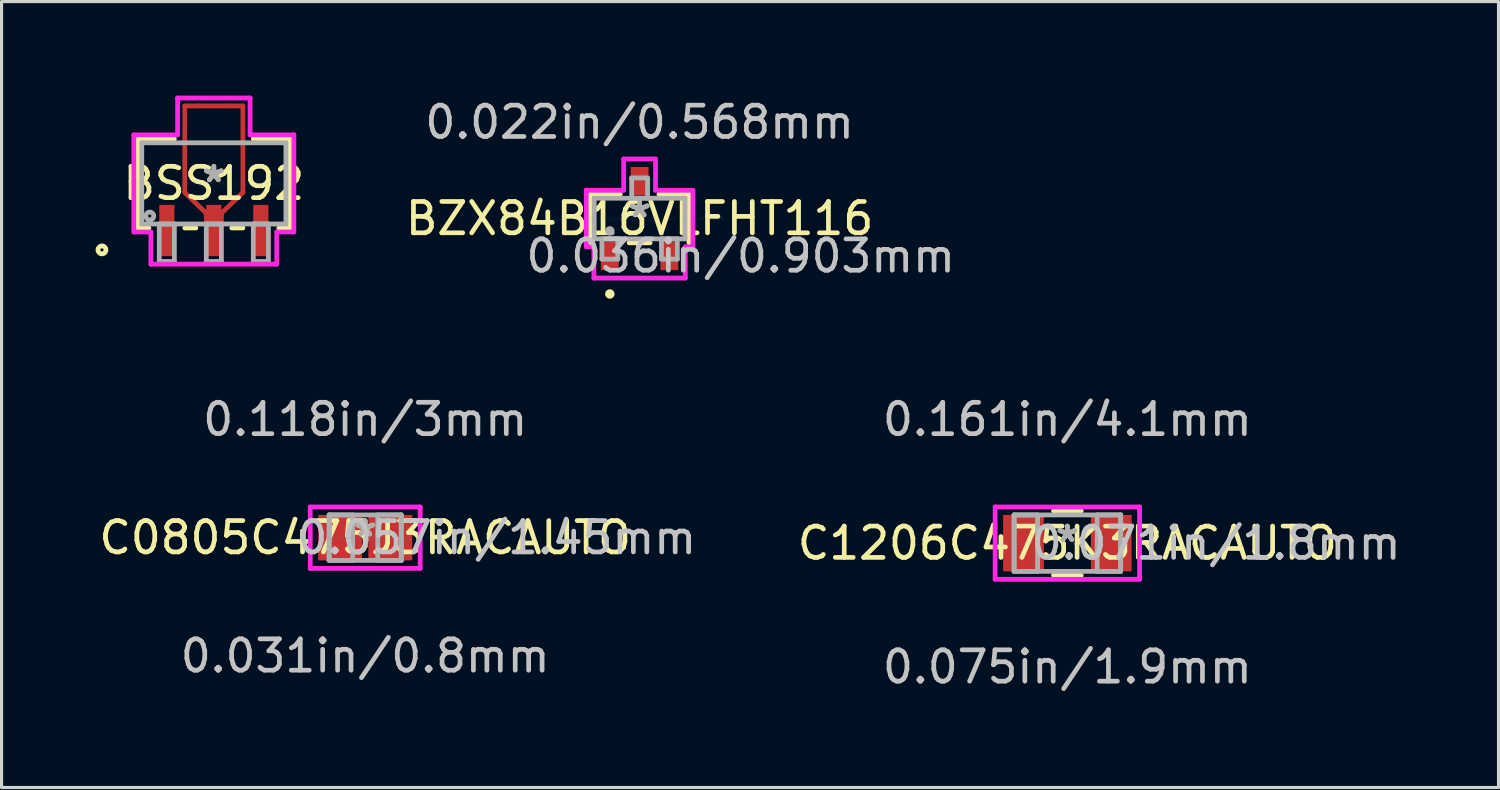
<source format=kicad_pcb>
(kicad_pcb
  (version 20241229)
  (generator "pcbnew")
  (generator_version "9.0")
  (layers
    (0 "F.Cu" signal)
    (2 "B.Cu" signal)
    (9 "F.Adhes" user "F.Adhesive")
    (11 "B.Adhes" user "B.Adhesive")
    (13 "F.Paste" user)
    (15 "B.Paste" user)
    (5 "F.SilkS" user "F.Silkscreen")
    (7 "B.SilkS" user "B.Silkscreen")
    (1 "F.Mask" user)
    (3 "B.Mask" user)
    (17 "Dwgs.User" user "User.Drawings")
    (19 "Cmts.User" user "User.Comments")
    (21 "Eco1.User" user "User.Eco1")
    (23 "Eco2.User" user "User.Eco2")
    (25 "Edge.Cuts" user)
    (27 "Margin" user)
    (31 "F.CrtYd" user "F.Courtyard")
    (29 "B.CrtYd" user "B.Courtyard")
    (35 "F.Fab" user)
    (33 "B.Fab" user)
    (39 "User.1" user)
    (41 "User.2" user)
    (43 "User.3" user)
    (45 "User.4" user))
  (footprint "C1206C475K3RACAUTO"
    (layer "F.Cu")
    (at 31.002 14.278)
    (property "Reference" "C1206C475K3RACAUTO" (at 0 0 0) (layer "F.SilkS") (effects (font (size 1 1) (thickness 0.15))))
    (attr through_hole)
    (fp_line (start -0.442 1.027) (end 0.442 1.027) (stroke (width 0.152) (type solid)) (layer "F.SilkS"))
    (fp_line (start 0.442 -1.027) (end -0.442 -1.027) (stroke (width 0.152) (type solid)) (layer "F.SilkS"))
    (fp_line (start -2.304 -1.154) (end 2.304 -1.154) (stroke (width 0.152) (type solid)) (layer "F.CrtYd"))
    (fp_line (start -2.304 1.154) (end -2.304 -1.154) (stroke (width 0.152) (type solid)) (layer "F.CrtYd"))
    (fp_line (start 2.304 -1.154) (end 2.304 1.154) (stroke (width 0.152) (type solid)) (layer "F.CrtYd"))
    (fp_line (start 2.304 1.154) (end -2.304 1.154) (stroke (width 0.152) (type solid)) (layer "F.CrtYd"))
    (fp_line (start -1.7 -0.9) (end -1.7 0.9) (stroke (width 0.152) (type solid)) (layer "F.Fab"))
    (fp_line (start -1.7 -0.9) (end -1.7 0.9) (stroke (width 0.152) (type solid)) (layer "F.Fab"))
    (fp_line (start -1.7 0.9) (end -0.95 0.9) (stroke (width 0.152) (type solid)) (layer "F.Fab"))
    (fp_line (start -1.7 0.9) (end 1.7 0.9) (stroke (width 0.152) (type solid)) (layer "F.Fab"))
    (fp_line (start -0.95 -0.9) (end -1.7 -0.9) (stroke (width 0.152) (type solid)) (layer "F.Fab"))
    (fp_line (start -0.95 0.9) (end -0.95 -0.9) (stroke (width 0.152) (type solid)) (layer "F.Fab"))
    (fp_line (start 0.95 -0.9) (end 0.95 0.9) (stroke (width 0.152) (type solid)) (layer "F.Fab"))
    (fp_line (start 0.95 0.9) (end 1.7 0.9) (stroke (width 0.152) (type solid)) (layer "F.Fab"))
    (fp_line (start 1.7 -0.9) (end -1.7 -0.9) (stroke (width 0.152) (type solid)) (layer "F.Fab"))
    (fp_line (start 1.7 -0.9) (end 0.95 -0.9) (stroke (width 0.152) (type solid)) (layer "F.Fab"))
    (fp_line (start 1.7 0.9) (end 1.7 -0.9) (stroke (width 0.152) (type solid)) (layer "F.Fab"))
    (fp_line (start 1.7 0.9) (end 1.7 -0.9) (stroke (width 0.152) (type solid)) (layer "F.Fab"))
    (fp_text user "*" (at 0 0 0) (layer "F.SilkS") (effects (font (size 1 1) (thickness 0.15))))
    (fp_text user "0.071in/1.8mm" (at 4.748 0 0) (layer "Dwgs.User") (effects (font (size 1 1) (thickness 0.15))))
    (fp_text user "0.075in/1.9mm" (at 0 3.948 0) (layer "Dwgs.User") (effects (font (size 1 1) (thickness 0.15))))
    (fp_text user "0.161in/4.1mm" (at 0 -3.948 0) (layer "Dwgs.User") (effects (font (size 1 1) (thickness 0.15))))
    (fp_text user "Copyright 2016 Accelerated Designs. All rights reserved." (at 0 0 0) (layer "Cmts.User") (effects (font (size 0.127 0.127) (thickness 0.002))))
    (fp_text user "*" (at 0 0 0) (layer "F.Fab") (effects (font (size 1 1) (thickness 0.15))))
    (pad "1" smd rect (at -1.4 0) (size 1.3 1.8) (layers "F.Cu" "F.Mask" "F.Paste"))
    (pad "2" smd rect (at 1.4 0) (size 1.3 1.8) (layers "F.Cu" "F.Mask" "F.Paste")))
  (footprint "BZX84B16VLFHT116"
    (layer "F.Cu")
    (at 17.355 3.922)
    (property "Reference" "BZX84B16VLFHT116" (at 0 0 0) (layer "F.SilkS") (effects (font (size 1 1) (thickness 0.15))))
    (attr through_hole)
    (fp_line (start -1.575 -0.775) (end -1.575 0.775) (stroke (width 0.152) (type solid)) (layer "F.SilkS"))
    (fp_line (start -0.617 -0.775) (end -1.575 -0.775) (stroke (width 0.152) (type solid)) (layer "F.SilkS"))
    (fp_line (start -0.333 0.775) (end 0.333 0.775) (stroke (width 0.152) (type solid)) (layer "F.SilkS"))
    (fp_line (start 1.575 -0.775) (end 0.617 -0.775) (stroke (width 0.152) (type solid)) (layer "F.SilkS"))
    (fp_line (start 1.575 0.775) (end 1.575 -0.775) (stroke (width 0.152) (type solid)) (layer "F.SilkS"))
    (fp_circle (center -0.95 2.407) (end -0.874 2.407) (stroke (width 0.152) (type solid)) (fill no) (layer "F.SilkS"))
    (fp_line (start -1.702 -0.902) (end -0.508 -0.902) (stroke (width 0.152) (type solid)) (layer "F.CrtYd"))
    (fp_line (start -1.702 0.902) (end -1.702 -0.902) (stroke (width 0.152) (type solid)) (layer "F.CrtYd"))
    (fp_line (start -1.458 0.902) (end -1.702 0.902) (stroke (width 0.152) (type solid)) (layer "F.CrtYd"))
    (fp_line (start -1.458 1.899) (end -1.458 0.902) (stroke (width 0.152) (type solid)) (layer "F.CrtYd"))
    (fp_line (start -0.508 -1.899) (end 0.508 -1.899) (stroke (width 0.152) (type solid)) (layer "F.CrtYd"))
    (fp_line (start -0.508 -0.902) (end -0.508 -1.899) (stroke (width 0.152) (type solid)) (layer "F.CrtYd"))
    (fp_line (start 0.508 -1.899) (end 0.508 -0.902) (stroke (width 0.152) (type solid)) (layer "F.CrtYd"))
    (fp_line (start 0.508 -0.902) (end 1.702 -0.902) (stroke (width 0.152) (type solid)) (layer "F.CrtYd"))
    (fp_line (start 1.458 0.902) (end 1.458 1.899) (stroke (width 0.152) (type solid)) (layer "F.CrtYd"))
    (fp_line (start 1.458 1.899) (end -1.458 1.899) (stroke (width 0.152) (type solid)) (layer "F.CrtYd"))
    (fp_line (start 1.702 -0.902) (end 1.702 0.902) (stroke (width 0.152) (type solid)) (layer "F.CrtYd"))
    (fp_line (start 1.702 0.902) (end 1.458 0.902) (stroke (width 0.152) (type solid)) (layer "F.CrtYd"))
    (fp_line (start -1.448 -0.648) (end -1.448 0.648) (stroke (width 0.152) (type solid)) (layer "F.Fab"))
    (fp_line (start -1.448 0.648) (end 1.448 0.648) (stroke (width 0.152) (type solid)) (layer "F.Fab"))
    (fp_line (start -1.204 0.648) (end -1.204 1.295) (stroke (width 0.152) (type solid)) (layer "F.Fab"))
    (fp_line (start -1.204 1.295) (end -0.696 1.295) (stroke (width 0.152) (type solid)) (layer "F.Fab"))
    (fp_line (start -0.696 0.648) (end -1.204 0.648) (stroke (width 0.152) (type solid)) (layer "F.Fab"))
    (fp_line (start -0.696 1.295) (end -0.696 0.648) (stroke (width 0.152) (type solid)) (layer "F.Fab"))
    (fp_line (start -0.254 -1.295) (end -0.254 -0.648) (stroke (width 0.152) (type solid)) (layer "F.Fab"))
    (fp_line (start -0.254 -0.648) (end 0.254 -0.648) (stroke (width 0.152) (type solid)) (layer "F.Fab"))
    (fp_line (start 0.254 -1.295) (end -0.254 -1.295) (stroke (width 0.152) (type solid)) (layer "F.Fab"))
    (fp_line (start 0.254 -0.648) (end 0.254 -1.295) (stroke (width 0.152) (type solid)) (layer "F.Fab"))
    (fp_line (start 0.696 0.648) (end 0.696 1.295) (stroke (width 0.152) (type solid)) (layer "F.Fab"))
    (fp_line (start 0.696 1.295) (end 1.204 1.295) (stroke (width 0.152) (type solid)) (layer "F.Fab"))
    (fp_line (start 1.204 0.648) (end 0.696 0.648) (stroke (width 0.152) (type solid)) (layer "F.Fab"))
    (fp_line (start 1.204 1.295) (end 1.204 0.648) (stroke (width 0.152) (type solid)) (layer "F.Fab"))
    (fp_line (start 1.448 -0.648) (end -1.448 -0.648) (stroke (width 0.152) (type solid)) (layer "F.Fab"))
    (fp_line (start 1.448 0.648) (end 1.448 -0.648) (stroke (width 0.152) (type solid)) (layer "F.Fab"))
    (fp_circle (center -0.95 0.394) (end -0.874 0.394) (stroke (width 0.152) (type solid)) (fill no) (layer "F.Fab"))
    (fp_text user "*" (at 0 0 0) (layer "F.SilkS") (effects (font (size 1 1) (thickness 0.15))))
    (fp_text user "0.022in/0.568mm" (at 0 -3.073 0) (layer "Dwgs.User") (effects (font (size 1 1) (thickness 0.15))))
    (fp_text user "0.036in/0.903mm" (at 3.226 1.194 0) (layer "Dwgs.User") (effects (font (size 1 1) (thickness 0.15))))
    (fp_text user "Copyright 2016 Accelerated Designs. All rights reserved." (at 0 0 0) (layer "Cmts.User") (effects (font (size 0.127 0.127) (thickness 0.002))))
    (fp_text user "*" (at 0 0 0) (layer "F.Fab") (effects (font (size 1 1) (thickness 0.15))))
    (pad "1" smd rect (at -0.95 1.194) (size 0.568 0.903) (layers "F.Cu" "F.Mask" "F.Paste"))
    (pad "2" smd rect (at 0.95 1.194) (size 0.568 0.903) (layers "F.Cu" "F.Mask" "F.Paste"))
    (pad "3" smd rect (at 0 -1.194) (size 0.568 0.903) (layers "F.Cu" "F.Mask" "F.Paste")))
  (footprint "BSS192"
    (layer "F.Cu")
    (at 3.772 2.801)
    (property "Reference" "BSS192" (at 0 0 0) (layer "F.SilkS") (effects (font (size 1 1) (thickness 0.15))))
    (attr through_hole)
    (fp_line (start -0.927 -2.471) (end -0.476 -2.471) (stroke (width 0.152) (type solid)) (layer "F.Cu"))
    (fp_line (start -0.927 0.292) (end -0.927 -2.471) (stroke (width 0.152) (type solid)) (layer "F.Cu"))
    (fp_line (start -0.476 -2.471) (end 0.476 -2.471) (stroke (width 0.152) (type solid)) (layer "F.Cu"))
    (fp_line (start -0.241 0.952) (end -0.927 0.292) (stroke (width 0.152) (type solid)) (layer "F.Cu"))
    (fp_line (start -0.241 1.295) (end -0.241 0.952) (stroke (width 0.152) (type solid)) (layer "F.Cu"))
    (fp_line (start 0.241 0.952) (end 0.241 1.295) (stroke (width 0.152) (type solid)) (layer "F.Cu"))
    (fp_line (start 0.241 1.295) (end -0.241 1.295) (stroke (width 0.152) (type solid)) (layer "F.Cu"))
    (fp_line (start 0.476 -2.471) (end 0.927 -2.471) (stroke (width 0.152) (type solid)) (layer "F.Cu"))
    (fp_line (start 0.927 -2.471) (end 0.927 0.292) (stroke (width 0.152) (type solid)) (layer "F.Cu"))
    (fp_line (start 0.927 0.292) (end 0.241 0.952) (stroke (width 0.152) (type solid)) (layer "F.Cu"))
    (fp_line (start -0.927 -2.471) (end 0.927 -2.471) (stroke (width 0.152) (type solid)) (layer "F.Mask"))
    (fp_line (start -0.927 0.292) (end -0.927 -2.471) (stroke (width 0.152) (type solid)) (layer "F.Mask"))
    (fp_line (start -0.241 0.952) (end -0.927 0.292) (stroke (width 0.152) (type solid)) (layer "F.Mask"))
    (fp_line (start -0.241 1.295) (end -0.241 0.952) (stroke (width 0.152) (type solid)) (layer "F.Mask"))
    (fp_line (start 0.241 0.952) (end 0.241 1.295) (stroke (width 0.152) (type solid)) (layer "F.Mask"))
    (fp_line (start 0.241 1.295) (end -0.241 1.295) (stroke (width 0.152) (type solid)) (layer "F.Mask"))
    (fp_line (start 0.927 -2.471) (end 0.927 0.292) (stroke (width 0.152) (type solid)) (layer "F.Mask"))
    (fp_line (start 0.927 0.292) (end 0.241 0.952) (stroke (width 0.152) (type solid)) (layer "F.Mask"))
    (fp_line (start -2.426 -1.422) (end -2.426 1.422) (stroke (width 0.152) (type solid)) (layer "F.SilkS"))
    (fp_line (start -2.426 1.422) (end -2.074 1.422) (stroke (width 0.152) (type solid)) (layer "F.SilkS"))
    (fp_line (start -1.259 -1.422) (end -2.426 -1.422) (stroke (width 0.152) (type solid)) (layer "F.SilkS"))
    (fp_line (start -0.926 1.422) (end -0.574 1.422) (stroke (width 0.152) (type solid)) (layer "F.SilkS"))
    (fp_line (start 0.574 1.422) (end 0.926 1.422) (stroke (width 0.152) (type solid)) (layer "F.SilkS"))
    (fp_line (start 2.074 1.422) (end 2.426 1.422) (stroke (width 0.152) (type solid)) (layer "F.SilkS"))
    (fp_line (start 2.426 -1.422) (end 1.259 -1.422) (stroke (width 0.152) (type solid)) (layer "F.SilkS"))
    (fp_line (start 2.426 1.422) (end 2.426 -1.422) (stroke (width 0.152) (type solid)) (layer "F.SilkS"))
    (fp_circle (center -3.569 2.121) (end -3.442 2.121) (stroke (width 0.152) (type solid)) (fill no) (layer "F.SilkS"))
    (fp_line (start -0.927 -2.471) (end 0.927 -2.471) (stroke (width 0.152) (type solid)) (layer "F.Paste"))
    (fp_line (start -0.927 0.292) (end -0.927 -2.471) (stroke (width 0.152) (type solid)) (layer "F.Paste"))
    (fp_line (start -0.241 0.952) (end -0.927 0.292) (stroke (width 0.152) (type solid)) (layer "F.Paste"))
    (fp_line (start -0.241 1.295) (end -0.241 0.952) (stroke (width 0.152) (type solid)) (layer "F.Paste"))
    (fp_line (start 0.241 0.952) (end 0.241 1.295) (stroke (width 0.152) (type solid)) (layer "F.Paste"))
    (fp_line (start 0.241 1.295) (end -0.241 1.295) (stroke (width 0.152) (type solid)) (layer "F.Paste"))
    (fp_line (start 0.927 -2.471) (end 0.927 0.292) (stroke (width 0.152) (type solid)) (layer "F.Paste"))
    (fp_line (start 0.927 0.292) (end 0.241 0.952) (stroke (width 0.152) (type solid)) (layer "F.Paste"))
    (fp_line (start -2.553 -1.549) (end -1.156 -1.549) (stroke (width 0.152) (type solid)) (layer "F.CrtYd"))
    (fp_line (start -2.553 1.549) (end -2.553 -1.549) (stroke (width 0.152) (type solid)) (layer "F.CrtYd"))
    (fp_line (start -2.008 1.549) (end -2.553 1.549) (stroke (width 0.152) (type solid)) (layer "F.CrtYd"))
    (fp_line (start -2.008 2.575) (end -2.008 1.549) (stroke (width 0.152) (type solid)) (layer "F.CrtYd"))
    (fp_line (start -1.156 -2.725) (end 1.156 -2.725) (stroke (width 0.152) (type solid)) (layer "F.CrtYd"))
    (fp_line (start -1.156 -1.549) (end -1.156 -2.725) (stroke (width 0.152) (type solid)) (layer "F.CrtYd"))
    (fp_line (start 1.156 -2.725) (end 1.156 -1.549) (stroke (width 0.152) (type solid)) (layer "F.CrtYd"))
    (fp_line (start 1.156 -1.549) (end 2.553 -1.549) (stroke (width 0.152) (type solid)) (layer "F.CrtYd"))
    (fp_line (start 2.008 1.549) (end 2.008 2.575) (stroke (width 0.152) (type solid)) (layer "F.CrtYd"))
    (fp_line (start 2.008 2.575) (end -2.008 2.575) (stroke (width 0.152) (type solid)) (layer "F.CrtYd"))
    (fp_line (start 2.553 -1.549) (end 2.553 1.549) (stroke (width 0.152) (type solid)) (layer "F.CrtYd"))
    (fp_line (start 2.553 1.549) (end 2.008 1.549) (stroke (width 0.152) (type solid)) (layer "F.CrtYd"))
    (fp_line (start -2.299 -1.295) (end -2.299 1.295) (stroke (width 0.152) (type solid)) (layer "F.Fab"))
    (fp_line (start -2.299 1.295) (end 2.299 1.295) (stroke (width 0.152) (type solid)) (layer "F.Fab"))
    (fp_line (start -1.741 1.295) (end -1.741 2.489) (stroke (width 0.152) (type solid)) (layer "F.Fab"))
    (fp_line (start -1.741 2.489) (end -1.259 2.489) (stroke (width 0.152) (type solid)) (layer "F.Fab"))
    (fp_line (start -1.259 1.295) (end -1.741 1.295) (stroke (width 0.152) (type solid)) (layer "F.Fab"))
    (fp_line (start -1.259 2.489) (end -1.259 1.295) (stroke (width 0.152) (type solid)) (layer "F.Fab"))
    (fp_line (start -0.241 1.295) (end -0.241 2.489) (stroke (width 0.152) (type solid)) (layer "F.Fab"))
    (fp_line (start -0.241 2.489) (end 0.241 2.489) (stroke (width 0.152) (type solid)) (layer "F.Fab"))
    (fp_line (start 0.241 1.295) (end -0.241 1.295) (stroke (width 0.152) (type solid)) (layer "F.Fab"))
    (fp_line (start 0.241 2.489) (end 0.241 1.295) (stroke (width 0.152) (type solid)) (layer "F.Fab"))
    (fp_line (start 1.259 1.295) (end 1.259 2.489) (stroke (width 0.152) (type solid)) (layer "F.Fab"))
    (fp_line (start 1.259 2.489) (end 1.741 2.489) (stroke (width 0.152) (type solid)) (layer "F.Fab"))
    (fp_line (start 1.741 1.295) (end 1.259 1.295) (stroke (width 0.152) (type solid)) (layer "F.Fab"))
    (fp_line (start 1.741 2.489) (end 1.741 1.295) (stroke (width 0.152) (type solid)) (layer "F.Fab"))
    (fp_line (start 2.299 -1.295) (end -2.299 -1.295) (stroke (width 0.152) (type solid)) (layer "F.Fab"))
    (fp_line (start 2.299 1.295) (end 2.299 -1.295) (stroke (width 0.152) (type solid)) (layer "F.Fab"))
    (fp_circle (center -2.045 1.041) (end -1.918 1.041) (stroke (width 0.152) (type solid)) (fill no) (layer "F.Fab"))
    (fp_text user "*" (at 0 0 0) (layer "F.SilkS") (effects (font (size 1 1) (thickness 0.15))))
    (fp_text user "Copyright 2016 Accelerated Designs. All rights reserved." (at 0 0 0) (layer "Cmts.User") (effects (font (size 0.127 0.127) (thickness 0.002))))
    (fp_text user "*" (at 0 0 0) (layer "F.Fab") (effects (font (size 1 1) (thickness 0.15))))
    (pad "1" smd rect (at -1.5 1.503) (size 0.483 1.635) (layers "F.Cu" "F.Mask" "F.Paste"))
    (pad "2" smd rect (at 0 1.503) (size 0.483 1.635) (layers "F.Cu" "F.Mask" "F.Paste"))
    (pad "3" smd rect (at 1.5 1.503) (size 0.483 1.635) (layers "F.Cu" "F.Mask" "F.Paste")))
  (footprint "C0805C475J3RACAUTO"
    (layer "F.Cu")
    (at 8.601 14.103)
    (property "Reference" "C0805C475J3RACAUTO" (at 0 0 0) (layer "F.SilkS") (effects (font (size 1 1) (thickness 0.15))))
    (attr through_hole)
    (fp_line (start -1.754 -0.979) (end 1.754 -0.979) (stroke (width 0.152) (type solid)) (layer "F.CrtYd"))
    (fp_line (start -1.754 0.979) (end -1.754 -0.979) (stroke (width 0.152) (type solid)) (layer "F.CrtYd"))
    (fp_line (start 1.754 -0.979) (end 1.754 0.979) (stroke (width 0.152) (type solid)) (layer "F.CrtYd"))
    (fp_line (start 1.754 0.979) (end -1.754 0.979) (stroke (width 0.152) (type solid)) (layer "F.CrtYd"))
    (fp_line (start -1.15 -0.725) (end -1.15 0.725) (stroke (width 0.152) (type solid)) (layer "F.Fab"))
    (fp_line (start -1.15 -0.725) (end -1.15 0.725) (stroke (width 0.152) (type solid)) (layer "F.Fab"))
    (fp_line (start -1.15 0.725) (end -0.4 0.725) (stroke (width 0.152) (type solid)) (layer "F.Fab"))
    (fp_line (start -1.15 0.725) (end 1.15 0.725) (stroke (width 0.152) (type solid)) (layer "F.Fab"))
    (fp_line (start -0.4 -0.725) (end -1.15 -0.725) (stroke (width 0.152) (type solid)) (layer "F.Fab"))
    (fp_line (start -0.4 0.725) (end -0.4 -0.725) (stroke (width 0.152) (type solid)) (layer "F.Fab"))
    (fp_line (start 0.4 -0.725) (end 0.4 0.725) (stroke (width 0.152) (type solid)) (layer "F.Fab"))
    (fp_line (start 0.4 0.725) (end 1.15 0.725) (stroke (width 0.152) (type solid)) (layer "F.Fab"))
    (fp_line (start 1.15 -0.725) (end -1.15 -0.725) (stroke (width 0.152) (type solid)) (layer "F.Fab"))
    (fp_line (start 1.15 -0.725) (end 0.4 -0.725) (stroke (width 0.152) (type solid)) (layer "F.Fab"))
    (fp_line (start 1.15 0.725) (end 1.15 -0.725) (stroke (width 0.152) (type solid)) (layer "F.Fab"))
    (fp_line (start 1.15 0.725) (end 1.15 -0.725) (stroke (width 0.152) (type solid)) (layer "F.Fab"))
    (fp_text user "*" (at 0 0 0) (layer "F.SilkS") (effects (font (size 1 1) (thickness 0.15))))
    (fp_text user "0.118in/3mm" (at 0 -3.773 0) (layer "Dwgs.User") (effects (font (size 1 1) (thickness 0.15))))
    (fp_text user "0.057in/1.45mm" (at 4.198 0 0) (layer "Dwgs.User") (effects (font (size 1 1) (thickness 0.15))))
    (fp_text user "0.031in/0.8mm" (at 0 3.773 0) (layer "Dwgs.User") (effects (font (size 1 1) (thickness 0.15))))
    (fp_text user "Copyright 2016 Accelerated Designs. All rights reserved." (at 0 0 0) (layer "Cmts.User") (effects (font (size 0.127 0.127) (thickness 0.002))))
    (fp_text user "*" (at 0 0 0) (layer "F.Fab") (effects (font (size 1 1) (thickness 0.15))))
    (pad "1" smd rect (at -0.8 0) (size 1.4 1.45) (layers "F.Cu" "F.Mask" "F.Paste"))
    (pad "2" smd rect (at 0.8 0) (size 1.4 1.45) (layers "F.Cu" "F.Mask" "F.Paste")))
  (gr_rect
    (start -3 -3)
    (end 44.756 22.074)
    (stroke (width 0.1) (type default))
    (fill no)
    (layer "Edge.Cuts")))
</source>
